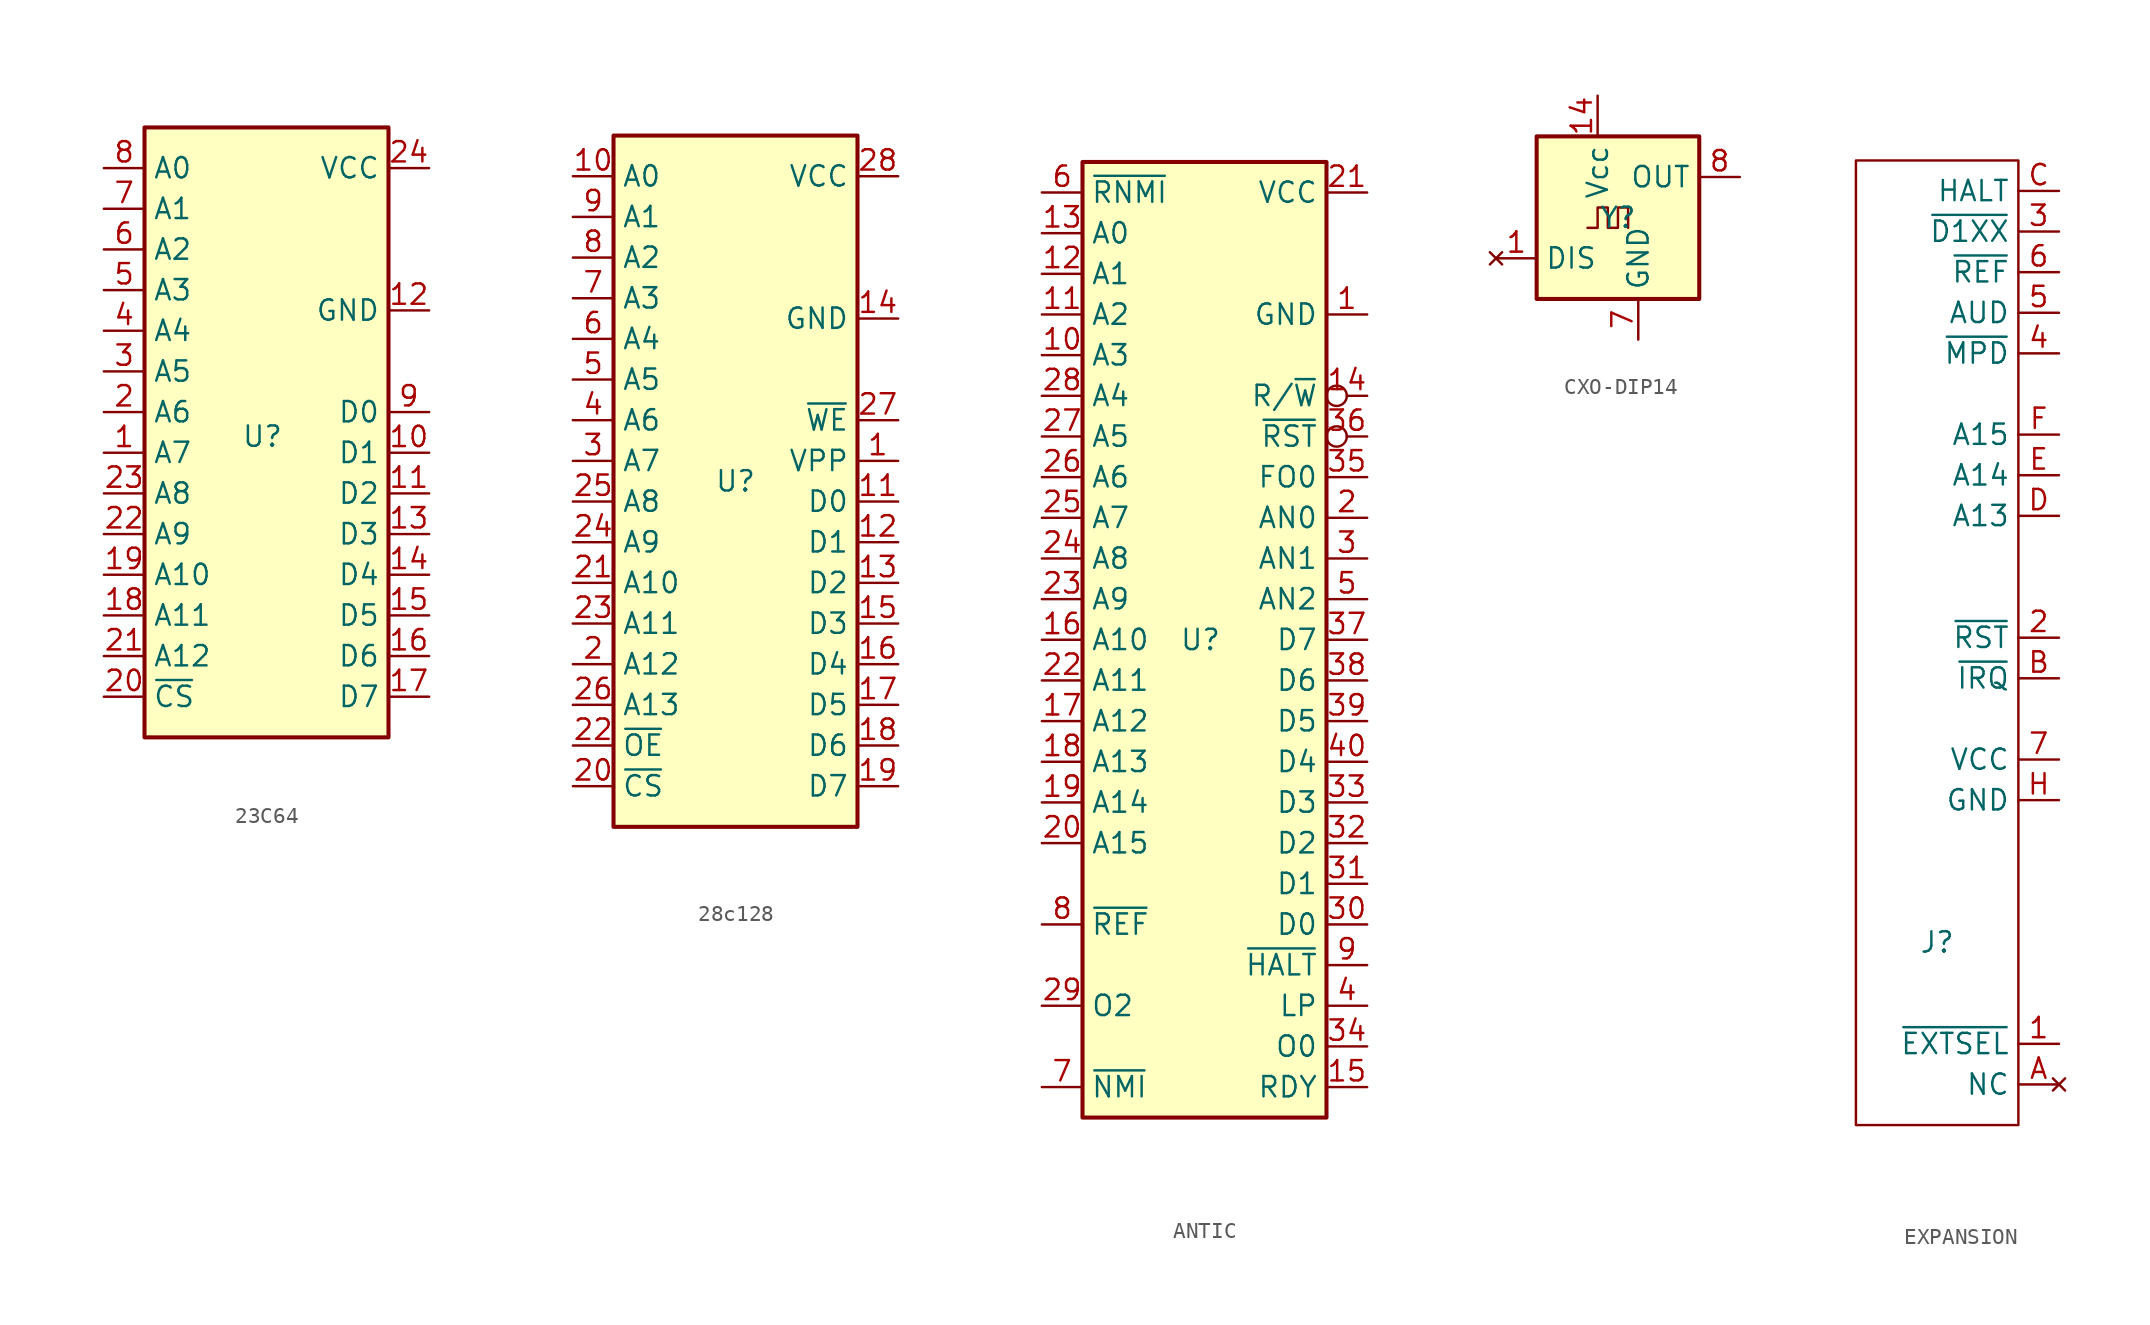
<source format=kicad_sym>
(kicad_symbol_lib
  (version 20241209)
  (generator "kicad_symbol_editor")
  (generator_version "9.0")
  (symbol "23C64"
    (property "Reference" "U"
      (at -0.254 -0.254 0)
      (effects (font (size 1.27 1.27))))
    (property "Value" ""
      (at 0 0 0)
      (effects (font (size 1.27 1.27))))
    (symbol "23C64_1_1"
      (rectangle (start -7.62 19.05) (end 7.62 -19.05) (stroke (width 0.254) (type default)) (fill (type background)))
      (pin input line (at -10.16 16.51 0) (length 2.54) (name "A0" (effects (font (size 1.27 1.27)))) (number "8" (effects (font (size 1.27 1.27)))))
      (pin input line (at -10.16 13.97 0) (length 2.54) (name "A1" (effects (font (size 1.27 1.27)))) (number "7" (effects (font (size 1.27 1.27)))))
      (pin input line (at -10.16 11.43 0) (length 2.54) (name "A2" (effects (font (size 1.27 1.27)))) (number "6" (effects (font (size 1.27 1.27)))))
      (pin input line (at -10.16 8.89 0) (length 2.54) (name "A3" (effects (font (size 1.27 1.27)))) (number "5" (effects (font (size 1.27 1.27)))))
      (pin input line (at -10.16 6.35 0) (length 2.54) (name "A4" (effects (font (size 1.27 1.27)))) (number "4" (effects (font (size 1.27 1.27)))))
      (pin input line (at -10.16 3.81 0) (length 2.54) (name "A5" (effects (font (size 1.27 1.27)))) (number "3" (effects (font (size 1.27 1.27)))))
      (pin input line (at -10.16 1.27 0) (length 2.54) (name "A6" (effects (font (size 1.27 1.27)))) (number "2" (effects (font (size 1.27 1.27)))))
      (pin input line (at -10.16 -1.27 0) (length 2.54) (name "A7" (effects (font (size 1.27 1.27)))) (number "1" (effects (font (size 1.27 1.27)))))
      (pin input line (at -10.16 -3.81 0) (length 2.54) (name "A8" (effects (font (size 1.27 1.27)))) (number "23" (effects (font (size 1.27 1.27)))))
      (pin input line (at -10.16 -6.35 0) (length 2.54) (name "A9" (effects (font (size 1.27 1.27)))) (number "22" (effects (font (size 1.27 1.27)))))
      (pin input line (at -10.16 -8.89 0) (length 2.54) (name "A10" (effects (font (size 1.27 1.27)))) (number "19" (effects (font (size 1.27 1.27)))))
      (pin input line (at -10.16 -11.43 0) (length 2.54) (name "A11" (effects (font (size 1.27 1.27)))) (number "18" (effects (font (size 1.27 1.27)))))
      (pin input line (at -10.16 -13.97 0) (length 2.54) (name "A12" (effects (font (size 1.27 1.27)))) (number "21" (effects (font (size 1.27 1.27)))))
      (pin input line (at -10.16 -16.51 0) (length 2.54) (name "~{CS}" (effects (font (size 1.27 1.27)))) (number "20" (effects (font (size 1.27 1.27)))))
      (pin power_in line (at 10.16 16.51 180) (length 2.54) (name "VCC" (effects (font (size 1.27 1.27)))) (number "24" (effects (font (size 1.27 1.27)))))
      (pin power_in line (at 10.16 7.62 180) (length 2.54) (name "GND" (effects (font (size 1.27 1.27)))) (number "12" (effects (font (size 1.27 1.27)))))
      (pin tri_state line (at 10.16 1.27 180) (length 2.54) (name "D0" (effects (font (size 1.27 1.27)))) (number "9" (effects (font (size 1.27 1.27)))))
      (pin tri_state line (at 10.16 -1.27 180) (length 2.54) (name "D1" (effects (font (size 1.27 1.27)))) (number "10" (effects (font (size 1.27 1.27)))))
      (pin tri_state line (at 10.16 -3.81 180) (length 2.54) (name "D2" (effects (font (size 1.27 1.27)))) (number "11" (effects (font (size 1.27 1.27)))))
      (pin tri_state line (at 10.16 -6.35 180) (length 2.54) (name "D3" (effects (font (size 1.27 1.27)))) (number "13" (effects (font (size 1.27 1.27)))))
      (pin tri_state line (at 10.16 -8.89 180) (length 2.54) (name "D4" (effects (font (size 1.27 1.27)))) (number "14" (effects (font (size 1.27 1.27)))))
      (pin tri_state line (at 10.16 -11.43 180) (length 2.54) (name "D5" (effects (font (size 1.27 1.27)))) (number "15" (effects (font (size 1.27 1.27)))))
      (pin tri_state line (at 10.16 -13.97 180) (length 2.54) (name "D6" (effects (font (size 1.27 1.27)))) (number "16" (effects (font (size 1.27 1.27)))))
      (pin tri_state line (at 10.16 -16.51 180) (length 2.54) (name "D7" (effects (font (size 1.27 1.27)))) (number "17" (effects (font (size 1.27 1.27)))))))
  (symbol "28c128"
    (property "Reference" "U"
      (at 0 0 0)
      (effects (font (size 1.27 1.27))))
    (property "Value" ""
      (at 0 0 0)
      (effects (font (size 1.27 1.27))))
    (symbol "28c128_1_1"
      (rectangle (start -7.62 21.59) (end 7.62 -21.59) (stroke (width 0.254) (type default)) (fill (type background)))
      (pin input line (at -10.16 19.05 0) (length 2.54) (name "A0" (effects (font (size 1.27 1.27)))) (number "10" (effects (font (size 1.27 1.27)))))
      (pin input line (at -10.16 16.51 0) (length 2.54) (name "A1" (effects (font (size 1.27 1.27)))) (number "9" (effects (font (size 1.27 1.27)))))
      (pin input line (at -10.16 13.97 0) (length 2.54) (name "A2" (effects (font (size 1.27 1.27)))) (number "8" (effects (font (size 1.27 1.27)))))
      (pin input line (at -10.16 11.43 0) (length 2.54) (name "A3" (effects (font (size 1.27 1.27)))) (number "7" (effects (font (size 1.27 1.27)))))
      (pin input line (at -10.16 8.89 0) (length 2.54) (name "A4" (effects (font (size 1.27 1.27)))) (number "6" (effects (font (size 1.27 1.27)))))
      (pin input line (at -10.16 6.35 0) (length 2.54) (name "A5" (effects (font (size 1.27 1.27)))) (number "5" (effects (font (size 1.27 1.27)))))
      (pin input line (at -10.16 3.81 0) (length 2.54) (name "A6" (effects (font (size 1.27 1.27)))) (number "4" (effects (font (size 1.27 1.27)))))
      (pin input line (at -10.16 1.27 0) (length 2.54) (name "A7" (effects (font (size 1.27 1.27)))) (number "3" (effects (font (size 1.27 1.27)))))
      (pin input line (at -10.16 -1.27 0) (length 2.54) (name "A8" (effects (font (size 1.27 1.27)))) (number "25" (effects (font (size 1.27 1.27)))))
      (pin input line (at -10.16 -3.81 0) (length 2.54) (name "A9" (effects (font (size 1.27 1.27)))) (number "24" (effects (font (size 1.27 1.27)))))
      (pin input line (at -10.16 -6.35 0) (length 2.54) (name "A10" (effects (font (size 1.27 1.27)))) (number "21" (effects (font (size 1.27 1.27)))))
      (pin input line (at -10.16 -8.89 0) (length 2.54) (name "A11" (effects (font (size 1.27 1.27)))) (number "23" (effects (font (size 1.27 1.27)))))
      (pin input line (at -10.16 -11.43 0) (length 2.54) (name "A12" (effects (font (size 1.27 1.27)))) (number "2" (effects (font (size 1.27 1.27)))))
      (pin input line (at -10.16 -13.97 0) (length 2.54) (name "A13" (effects (font (size 1.27 1.27)))) (number "26" (effects (font (size 1.27 1.27)))))
      (pin input line (at -10.16 -16.51 0) (length 2.54) (name "~{OE}" (effects (font (size 1.27 1.27)))) (number "22" (effects (font (size 1.27 1.27)))))
      (pin input line (at -10.16 -19.05 0) (length 2.54) (name "~{CS}" (effects (font (size 1.27 1.27)))) (number "20" (effects (font (size 1.27 1.27)))))
      (pin power_in line (at 10.16 19.05 180) (length 2.54) (name "VCC" (effects (font (size 1.27 1.27)))) (number "28" (effects (font (size 1.27 1.27)))))
      (pin power_in line (at 10.16 10.16 180) (length 2.54) (name "GND" (effects (font (size 1.27 1.27)))) (number "14" (effects (font (size 1.27 1.27)))))
      (pin input line (at 10.16 3.81 180) (length 2.54) (name "~{WE}" (effects (font (size 1.27 1.27)))) (number "27" (effects (font (size 1.27 1.27)))))
      (pin input line (at 10.16 1.27 180) (length 2.54) (name "VPP" (effects (font (size 1.27 1.27)))) (number "1" (effects (font (size 1.27 1.27)))))
      (pin tri_state line (at 10.16 -1.27 180) (length 2.54) (name "D0" (effects (font (size 1.27 1.27)))) (number "11" (effects (font (size 1.27 1.27)))))
      (pin tri_state line (at 10.16 -3.81 180) (length 2.54) (name "D1" (effects (font (size 1.27 1.27)))) (number "12" (effects (font (size 1.27 1.27)))))
      (pin tri_state line (at 10.16 -6.35 180) (length 2.54) (name "D2" (effects (font (size 1.27 1.27)))) (number "13" (effects (font (size 1.27 1.27)))))
      (pin tri_state line (at 10.16 -8.89 180) (length 2.54) (name "D3" (effects (font (size 1.27 1.27)))) (number "15" (effects (font (size 1.27 1.27)))))
      (pin tri_state line (at 10.16 -11.43 180) (length 2.54) (name "D4" (effects (font (size 1.27 1.27)))) (number "16" (effects (font (size 1.27 1.27)))))
      (pin tri_state line (at 10.16 -13.97 180) (length 2.54) (name "D5" (effects (font (size 1.27 1.27)))) (number "17" (effects (font (size 1.27 1.27)))))
      (pin tri_state line (at 10.16 -16.51 180) (length 2.54) (name "D6" (effects (font (size 1.27 1.27)))) (number "18" (effects (font (size 1.27 1.27)))))
      (pin tri_state line (at 10.16 -19.05 180) (length 2.54) (name "D7" (effects (font (size 1.27 1.27)))) (number "19" (effects (font (size 1.27 1.27)))))))
  (symbol "ANTIC"
    (property "Reference" "U"
      (at -0.254 0 0)
      (effects (font (size 1.27 1.27))))
    (property "Value" ""
      (at 0 0 0)
      (effects (font (size 1.27 1.27))))
    (symbol "ANTIC_1_0"
      (pin input line (at -10.16 27.94 0) (length 2.54) (name "~{RNMI}" (effects (font (size 1.27 1.27)))) (number "6" (effects (font (size 1.27 1.27)))))
      (pin input line (at -10.16 -10.16 0) (length 2.54) (name "A14" (effects (font (size 1.27 1.27)))) (number "19" (effects (font (size 1.27 1.27)))))
      (pin input line (at -10.16 -12.7 0) (length 2.54) (name "A15" (effects (font (size 1.27 1.27)))) (number "20" (effects (font (size 1.27 1.27)))))
      (pin input line (at -10.16 -22.86 0) (length 2.54) (name "O2" (effects (font (size 1.27 1.27)))) (number "29" (effects (font (size 1.27 1.27)))))
      (pin output line (at 10.16 10.16 180) (length 2.54) (name "FO0" (effects (font (size 1.27 1.27)))) (number "35" (effects (font (size 1.27 1.27)))))
      (pin output line (at 10.16 7.62 180) (length 2.54) (name "AN0" (effects (font (size 1.27 1.27)))) (number "2" (effects (font (size 1.27 1.27)))))
      (pin output line (at 10.16 5.08 180) (length 2.54) (name "AN1" (effects (font (size 1.27 1.27)))) (number "3" (effects (font (size 1.27 1.27)))))
      (pin output line (at 10.16 2.54 180) (length 2.54) (name "AN2" (effects (font (size 1.27 1.27)))) (number "5" (effects (font (size 1.27 1.27)))))
      (pin output line (at 10.16 -20.32 180) (length 2.54) (name "~{HALT}" (effects (font (size 1.27 1.27)))) (number "9" (effects (font (size 1.27 1.27)))))
      (pin output line (at 10.16 -22.86 180) (length 2.54) (name "LP" (effects (font (size 1.27 1.27)))) (number "4" (effects (font (size 1.27 1.27)))))
      (pin output line (at 10.16 -25.4 180) (length 2.54) (name "O0" (effects (font (size 1.27 1.27)))) (number "34" (effects (font (size 1.27 1.27)))))
      (pin output line (at 10.16 -27.94 180) (length 2.54) (name "RDY" (effects (font (size 1.27 1.27)))) (number "15" (effects (font (size 1.27 1.27))))))
    (symbol "ANTIC_1_1"
      (rectangle (start -7.62 29.845) (end 7.62 -29.845) (stroke (width 0.254) (type default)) (fill (type background)))
      (pin input line (at -10.16 25.4 0) (length 2.54) (name "A0" (effects (font (size 1.27 1.27)))) (number "13" (effects (font (size 1.27 1.27)))))
      (pin input line (at -10.16 22.86 0) (length 2.54) (name "A1" (effects (font (size 1.27 1.27)))) (number "12" (effects (font (size 1.27 1.27)))))
      (pin input line (at -10.16 20.32 0) (length 2.54) (name "A2" (effects (font (size 1.27 1.27)))) (number "11" (effects (font (size 1.27 1.27)))))
      (pin input line (at -10.16 17.78 0) (length 2.54) (name "A3" (effects (font (size 1.27 1.27)))) (number "10" (effects (font (size 1.27 1.27)))))
      (pin input line (at -10.16 15.24 0) (length 2.54) (name "A4" (effects (font (size 1.27 1.27)))) (number "28" (effects (font (size 1.27 1.27)))))
      (pin input line (at -10.16 12.7 0) (length 2.54) (name "A5" (effects (font (size 1.27 1.27)))) (number "27" (effects (font (size 1.27 1.27)))))
      (pin input line (at -10.16 10.16 0) (length 2.54) (name "A6" (effects (font (size 1.27 1.27)))) (number "26" (effects (font (size 1.27 1.27)))))
      (pin input line (at -10.16 7.62 0) (length 2.54) (name "A7" (effects (font (size 1.27 1.27)))) (number "25" (effects (font (size 1.27 1.27)))))
      (pin input line (at -10.16 5.08 0) (length 2.54) (name "A8" (effects (font (size 1.27 1.27)))) (number "24" (effects (font (size 1.27 1.27)))))
      (pin input line (at -10.16 2.54 0) (length 2.54) (name "A9" (effects (font (size 1.27 1.27)))) (number "23" (effects (font (size 1.27 1.27)))))
      (pin input line (at -10.16 0 0) (length 2.54) (name "A10" (effects (font (size 1.27 1.27)))) (number "16" (effects (font (size 1.27 1.27)))))
      (pin input line (at -10.16 -2.54 0) (length 2.54) (name "A11" (effects (font (size 1.27 1.27)))) (number "22" (effects (font (size 1.27 1.27)))))
      (pin input line (at -10.16 -5.08 0) (length 2.54) (name "A12" (effects (font (size 1.27 1.27)))) (number "17" (effects (font (size 1.27 1.27)))))
      (pin input line (at -10.16 -7.62 0) (length 2.54) (name "A13" (effects (font (size 1.27 1.27)))) (number "18" (effects (font (size 1.27 1.27)))))
      (pin input line (at -10.16 -17.78 0) (length 2.54) (name "~{REF}" (effects (font (size 1.27 1.27)))) (number "8" (effects (font (size 1.27 1.27)))))
      (pin output line (at -10.16 -27.94 0) (length 2.54) (name "~{NMI}" (effects (font (size 1.27 1.27)))) (number "7" (effects (font (size 1.27 1.27)))))
      (pin power_in line (at 10.16 27.94 180) (length 2.54) (name "VCC" (effects (font (size 1.27 1.27)))) (number "21" (effects (font (size 1.27 1.27)))))
      (pin power_in line (at 10.16 20.32 180) (length 2.54) (name "GND" (effects (font (size 1.27 1.27)))) (number "1" (effects (font (size 1.27 1.27)))))
      (pin output inverted (at 10.16 15.24 180) (length 2.54) (name "R/~{W}" (effects (font (size 1.27 1.27)))) (number "14" (effects (font (size 1.27 1.27)))))
      (pin output inverted (at 10.16 12.7 180) (length 2.54) (name "~{RST}" (effects (font (size 1.27 1.27)))) (number "36" (effects (font (size 1.27 1.27)))))
      (pin tri_state line (at 10.16 0 180) (length 2.54) (name "D7" (effects (font (size 1.27 1.27)))) (number "37" (effects (font (size 1.27 1.27)))))
      (pin tri_state line (at 10.16 -2.54 180) (length 2.54) (name "D6" (effects (font (size 1.27 1.27)))) (number "38" (effects (font (size 1.27 1.27)))))
      (pin tri_state line (at 10.16 -5.08 180) (length 2.54) (name "D5" (effects (font (size 1.27 1.27)))) (number "39" (effects (font (size 1.27 1.27)))))
      (pin tri_state line (at 10.16 -7.62 180) (length 2.54) (name "D4" (effects (font (size 1.27 1.27)))) (number "40" (effects (font (size 1.27 1.27)))))
      (pin tri_state line (at 10.16 -10.16 180) (length 2.54) (name "D3" (effects (font (size 1.27 1.27)))) (number "33" (effects (font (size 1.27 1.27)))))
      (pin tri_state line (at 10.16 -12.7 180) (length 2.54) (name "D2" (effects (font (size 1.27 1.27)))) (number "32" (effects (font (size 1.27 1.27)))))
      (pin tri_state line (at 10.16 -15.24 180) (length 2.54) (name "D1" (effects (font (size 1.27 1.27)))) (number "31" (effects (font (size 1.27 1.27)))))
      (pin tri_state line (at 10.16 -17.78 180) (length 2.54) (name "D0" (effects (font (size 1.27 1.27)))) (number "30" (effects (font (size 1.27 1.27)))))))
  (symbol "CXO-DIP14"
    (property "Reference" "Y"
      (at 0 0 0)
      (effects (font (size 1.27 1.27))))
    (property "Value" ""
      (at 0 0 0)
      (effects (font (size 1.27 1.27))))
    (symbol "CXO-DIP14_0_1"
      (rectangle (start -5.08 5.08) (end 5.08 -5.08) (stroke (width 0.254) (type default)) (fill (type background)))
      (polyline (pts (xy -1.905 -0.635) (xy -1.27 -0.635) (xy -1.27 0.635) (xy -0.635 0.635) (xy -0.635 -0.635) (xy 0 -0.635) (xy 0 0.635) (xy 0.635 0.635) (xy 0.635 -0.635)) (stroke (width 0) (type default)) (fill (type none))))
    (symbol "CXO-DIP14_1_1"
      (pin no_connect line (at -7.62 -2.54 0) (length 2.54) (name "DIS" (effects (font (size 1.27 1.27)))) (number "1" (effects (font (size 1.27 1.27)))))
      (pin power_in line (at -1.27 7.62 270) (length 2.54) (name "Vcc" (effects (font (size 1.27 1.27)))) (number "14" (effects (font (size 1.27 1.27)))))
      (pin power_in line (at 1.27 -7.62 90) (length 2.54) (name "GND" (effects (font (size 1.27 1.27)))) (number "7" (effects (font (size 1.27 1.27)))))
      (pin output line (at 7.62 2.54 180) (length 2.54) (name "OUT" (effects (font (size 1.27 1.27)))) (number "8" (effects (font (size 1.27 1.27)))))))
  (symbol "EXPANSION"
    (property "Reference" "J"
      (at 0 -17.78 0)
      (effects (font (size 1.27 1.27))))
    (property "Value" ""
      (at 0 0 0)
      (effects (font (size 1.27 1.27))))
    (symbol "EXPANSION_0_0"
      (pin output line (at 7.62 26.67 180) (length 2.54) (name "~{D1XX}" (effects (font (size 1.27 1.27)))) (number "3" (effects (font (size 1.27 1.27)))))
      (pin output line (at 7.62 21.59 180) (length 2.54) (name "AUD" (effects (font (size 1.27 1.27)))) (number "5" (effects (font (size 1.27 1.27)))))
      (pin output line (at 7.62 19.05 180) (length 2.54) (name "~{MPD}" (effects (font (size 1.27 1.27)))) (number "4" (effects (font (size 1.27 1.27)))))
      (pin output line (at 7.62 1.27 180) (length 2.54) (name "~{RST}" (effects (font (size 1.27 1.27)))) (number "2" (effects (font (size 1.27 1.27)))))
      (pin output line (at 7.62 -24.13 180) (length 2.54) (name "~{EXTSEL}" (effects (font (size 1.27 1.27)))) (number "1" (effects (font (size 1.27 1.27))))))
    (symbol "EXPANSION_0_1"
      (rectangle (start -5.08 31.115) (end 5.08 -29.21) (stroke (width 0) (type default)) (fill (type none))))
    (symbol "EXPANSION_1_0"
      (pin output line (at 7.62 24.13 180) (length 2.54) (name "~{REF}" (effects (font (size 1.27 1.27)))) (number "6" (effects (font (size 1.27 1.27)))))
      (pin input line (at 7.62 -1.27 180) (length 2.54) (name "~{IRQ}" (effects (font (size 1.27 1.27)))) (number "B" (effects (font (size 1.27 1.27)))))
      (pin power_in line (at 7.62 -6.35 180) (length 2.54) (name "VCC" (effects (font (size 1.27 1.27)))) (number "7" (effects (font (size 1.27 1.27)))))
      (pin no_connect line (at 7.62 -26.67 180) (length 2.54) (name "NC" (effects (font (size 1.27 1.27)))) (number "A" (effects (font (size 1.27 1.27))))))
    (symbol "EXPANSION_1_1"
      (pin input line (at 7.62 29.21 180) (length 2.54) (name "HALT" (effects (font (size 1.27 1.27)))) (number "C" (effects (font (size 1.27 1.27)))))
      (pin input line (at 7.62 13.97 180) (length 2.54) (name "A15" (effects (font (size 1.27 1.27)))) (number "F" (effects (font (size 1.27 1.27)))))
      (pin input line (at 7.62 11.43 180) (length 2.54) (name "A14" (effects (font (size 1.27 1.27)))) (number "E" (effects (font (size 1.27 1.27)))))
      (pin input line (at 7.62 8.89 180) (length 2.54) (name "A13" (effects (font (size 1.27 1.27)))) (number "D" (effects (font (size 1.27 1.27)))))
      (pin input line (at 7.62 -8.89 180) (length 2.54) (name "GND" (effects (font (size 1.27 1.27)))) (number "H" (effects (font (size 1.27 1.27))))))))
</source>
